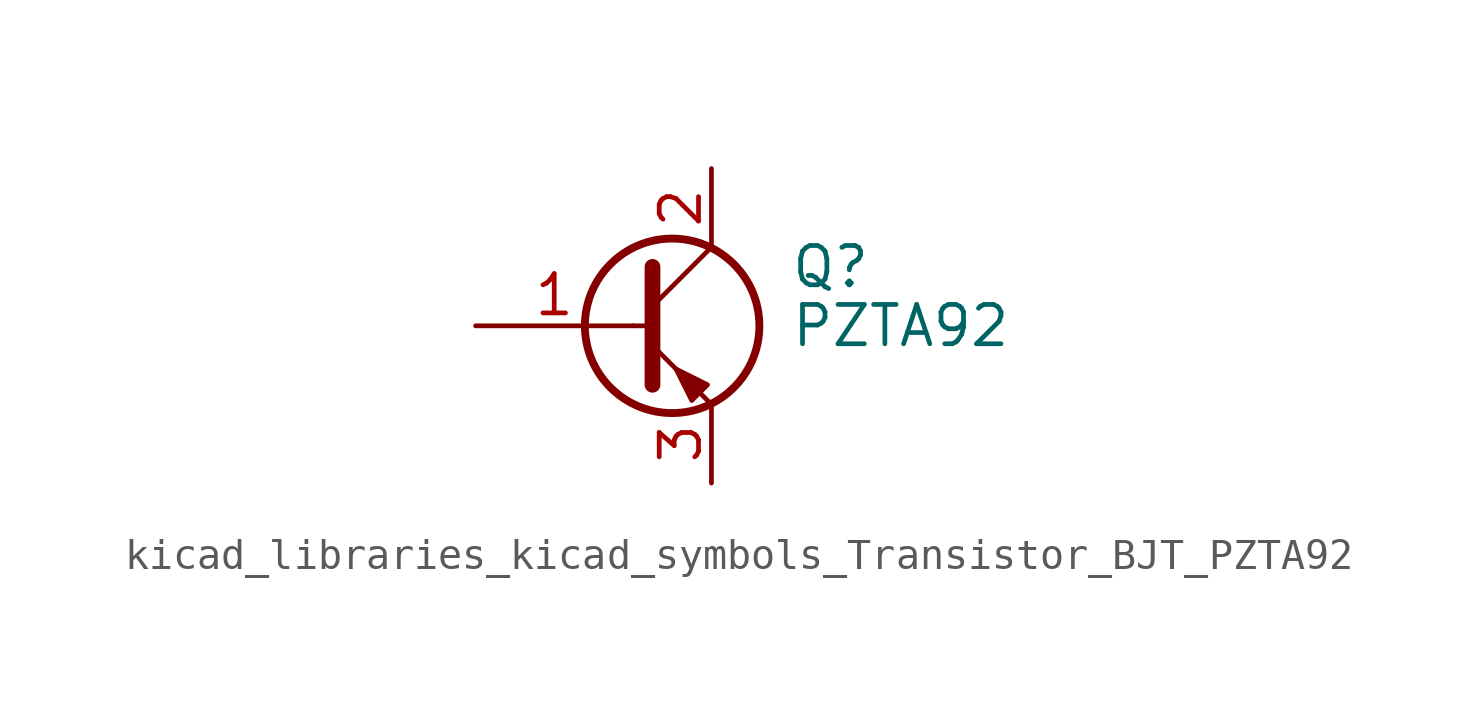
<source format=kicad_sym>
(kicad_symbol_lib
  (version 20220914)
  (generator kicad_symbol_editor)
  (symbol "kicad_libraries_kicad_symbols_Transistor_BJT_PZTA92"
    (pin_names
      (offset 0) hide)
    (property "Reference" "Q"
      (at 5.08 1.905 0)
      (effects (font (size 1.27 1.27)) (justify left)))
    (property "Value" "PZTA92"
      (at 5.08 0 0)
      (effects (font (size 1.27 1.27)) (justify left)))
    (symbol "kicad_libraries_kicad_symbols_Transistor_BJT_PZTA92_0_1"
      (polyline (pts (xy 0 0) (xy 0.635 0)) (stroke (width 0) (type default)) (fill (type none)))
      (polyline (pts (xy 2.54 -2.54) (xy 0.635 -0.635)) (stroke (width 0) (type default)) (fill (type none)))
      (polyline (pts (xy 2.54 2.54) (xy 0.635 0.635)) (stroke (width 0) (type default)) (fill (type none)))
      (polyline (pts (xy 0.635 1.905) (xy 0.635 -1.905) (xy 0.635 -1.905)) (stroke (width 0.508) (type default)) (fill (type outline)))
      (polyline (pts (xy 1.905 -2.413) (xy 2.413 -1.905) (xy 1.397 -1.397) (xy 1.905 -2.413) (xy 1.905 -2.413)) (stroke (width 0) (type default)) (fill (type outline)))
      (circle (center 1.27 0) (radius 2.819) (stroke (width 0.254) (type default)) (fill (type none))))
    (symbol "kicad_libraries_kicad_symbols_Transistor_BJT_PZTA92_1_1"
      (pin input line (at -5.08 0 0) (length 5.08) (name "B" (effects (font (size 1.27 1.27)))) (number "1" (effects (font (size 1.27 1.27)))))
      (pin passive line (at 2.54 5.08 270) (length 2.54) (name "C" (effects (font (size 1.27 1.27)))) (number "2" (effects (font (size 1.27 1.27)))))
      (pin passive line (at 2.54 -5.08 90) (length 2.54) (name "E" (effects (font (size 1.27 1.27)))) (number "3" (effects (font (size 1.27 1.27))))))))
</source>
